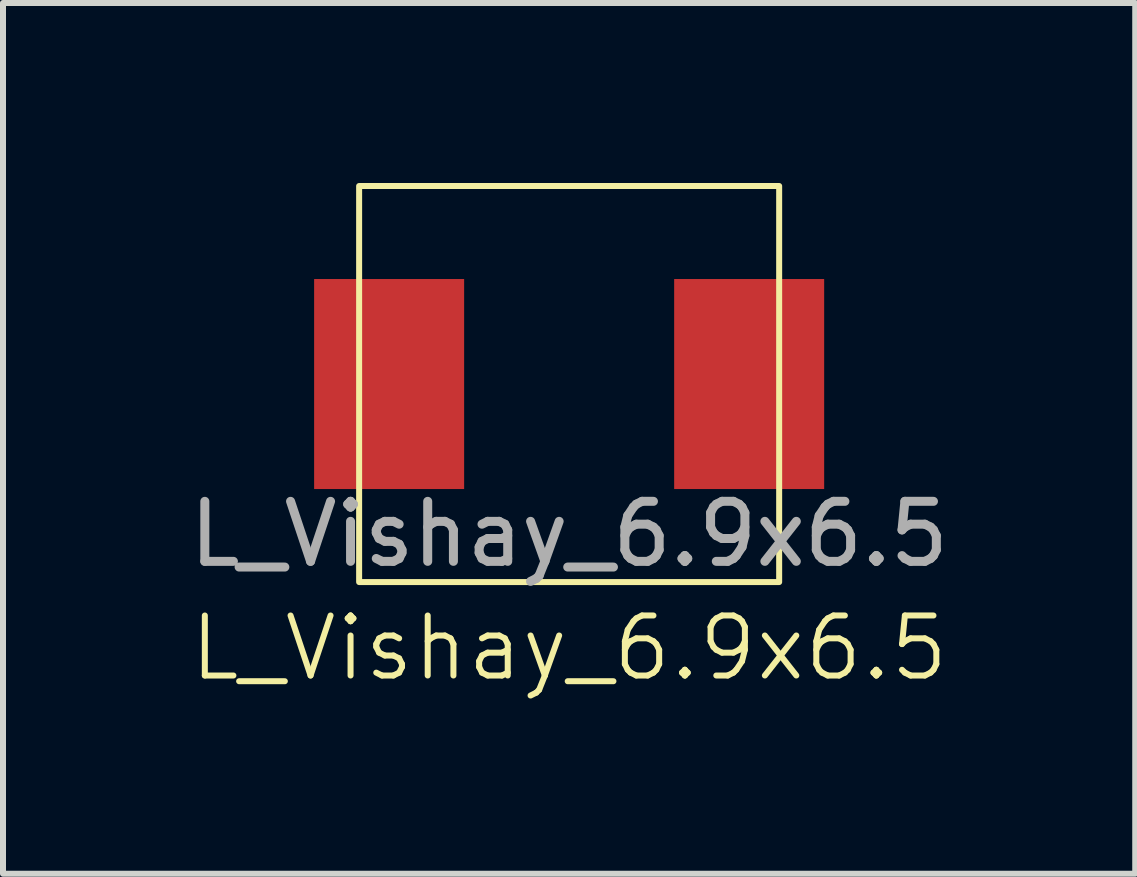
<source format=kicad_pcb>
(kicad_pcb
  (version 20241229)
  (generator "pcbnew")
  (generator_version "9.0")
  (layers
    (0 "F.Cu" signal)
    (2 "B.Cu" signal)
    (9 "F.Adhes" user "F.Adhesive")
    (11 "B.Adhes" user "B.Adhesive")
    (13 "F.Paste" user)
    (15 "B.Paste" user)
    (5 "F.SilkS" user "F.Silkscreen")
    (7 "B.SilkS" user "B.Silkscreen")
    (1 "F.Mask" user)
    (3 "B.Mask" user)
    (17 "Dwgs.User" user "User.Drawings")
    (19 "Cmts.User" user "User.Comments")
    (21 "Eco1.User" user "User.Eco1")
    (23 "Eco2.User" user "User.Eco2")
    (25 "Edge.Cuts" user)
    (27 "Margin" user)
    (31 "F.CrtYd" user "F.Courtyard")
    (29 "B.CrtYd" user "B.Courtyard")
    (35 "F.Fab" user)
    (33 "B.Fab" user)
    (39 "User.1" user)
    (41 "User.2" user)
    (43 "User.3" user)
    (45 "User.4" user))
  (footprint "L_Vishay_6.9x6.5"
    (layer "F.Cu")
    (at 6.435 3.35)
    (property "Reference" "L_Vishay_6.9x6.5" (at 0 4.4 0) (unlocked yes) (layer "F.SilkS") (effects (font (size 1 1) (thickness 0.1))))
    (attr smd)
    (fp_rect (start -3.5 -3.3) (end 3.5 3.3) (stroke (width 0.1) (type default)) (fill no) (layer "F.SilkS"))
    (fp_text user "${REFERENCE}" (at 0 2.5 0) (unlocked yes) (layer "F.Fab") (effects (font (size 1 1) (thickness 0.15))))
    (pad "1" smd rect (at -3 0 180) (size 2.5 3.5) (layers "F.Cu" "F.Mask" "F.Paste"))
    (pad "2" smd rect (at 3 0 180) (size 2.5 3.5) (layers "F.Cu" "F.Mask" "F.Paste")))
  (gr_rect
    (start -3 -3)
    (end 15.869 11.511)
    (stroke (width 0.1) (type default))
    (fill no)
    (layer "Edge.Cuts")))
</source>
